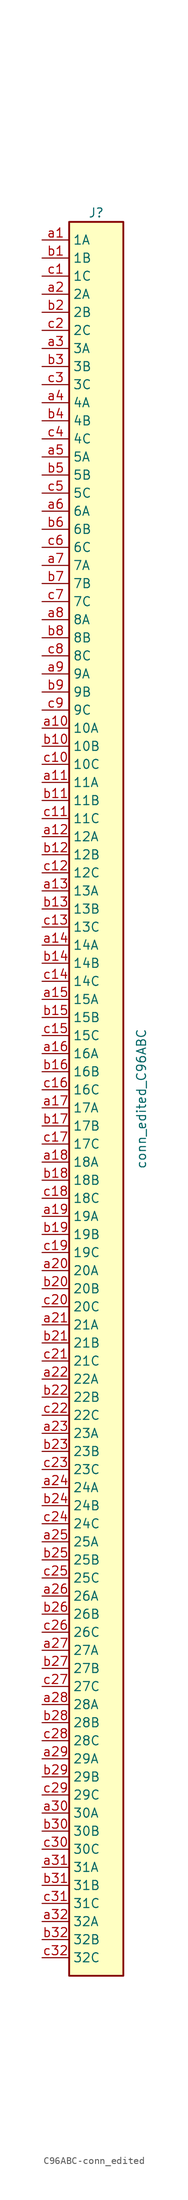
<source format=kicad_sym>
(kicad_symbol_lib
  (version 20220914)
  (generator kicad_symbol_editor)
  (symbol "C96ABC-conn_edited"
    (property "Reference" "J"
      (at 0 125.73 0)
      (effects (font (size 1.27 1.27))))
    (property "Value" "conn_edited_C96ABC"
      (at 6.35 1.27 90)
      (effects (font (size 1.27 1.27))))
    (symbol "C96ABC-conn_edited_0_1"
      (rectangle (start -3.81 -121.92) (end 3.81 124.46) (stroke (width 0.254) (type solid)) (fill (type background))))
    (symbol "C96ABC-conn_edited_1_1"
      (pin passive line (at -7.62 121.92 0) (length 3.81) (name "1A" (effects (font (size 1.27 1.27)))) (number "a1" (effects (font (size 1.27 1.27)))))
      (pin passive line (at -7.62 53.34 0) (length 3.81) (name "10A" (effects (font (size 1.27 1.27)))) (number "a10" (effects (font (size 1.27 1.27)))))
      (pin passive line (at -7.62 45.72 0) (length 3.81) (name "11A" (effects (font (size 1.27 1.27)))) (number "a11" (effects (font (size 1.27 1.27)))))
      (pin passive line (at -7.62 38.1 0) (length 3.81) (name "12A" (effects (font (size 1.27 1.27)))) (number "a12" (effects (font (size 1.27 1.27)))))
      (pin passive line (at -7.62 30.48 0) (length 3.81) (name "13A" (effects (font (size 1.27 1.27)))) (number "a13" (effects (font (size 1.27 1.27)))))
      (pin passive line (at -7.62 22.86 0) (length 3.81) (name "14A" (effects (font (size 1.27 1.27)))) (number "a14" (effects (font (size 1.27 1.27)))))
      (pin passive line (at -7.62 15.24 0) (length 3.81) (name "15A" (effects (font (size 1.27 1.27)))) (number "a15" (effects (font (size 1.27 1.27)))))
      (pin passive line (at -7.62 7.62 0) (length 3.81) (name "16A" (effects (font (size 1.27 1.27)))) (number "a16" (effects (font (size 1.27 1.27)))))
      (pin passive line (at -7.62 0 0) (length 3.81) (name "17A" (effects (font (size 1.27 1.27)))) (number "a17" (effects (font (size 1.27 1.27)))))
      (pin passive line (at -7.62 -7.62 0) (length 3.81) (name "18A" (effects (font (size 1.27 1.27)))) (number "a18" (effects (font (size 1.27 1.27)))))
      (pin passive line (at -7.62 -15.24 0) (length 3.81) (name "19A" (effects (font (size 1.27 1.27)))) (number "a19" (effects (font (size 1.27 1.27)))))
      (pin passive line (at -7.62 114.3 0) (length 3.81) (name "2A" (effects (font (size 1.27 1.27)))) (number "a2" (effects (font (size 1.27 1.27)))))
      (pin passive line (at -7.62 -22.86 0) (length 3.81) (name "20A" (effects (font (size 1.27 1.27)))) (number "a20" (effects (font (size 1.27 1.27)))))
      (pin passive line (at -7.62 -30.48 0) (length 3.81) (name "21A" (effects (font (size 1.27 1.27)))) (number "a21" (effects (font (size 1.27 1.27)))))
      (pin passive line (at -7.62 -38.1 0) (length 3.81) (name "22A" (effects (font (size 1.27 1.27)))) (number "a22" (effects (font (size 1.27 1.27)))))
      (pin passive line (at -7.62 -45.72 0) (length 3.81) (name "23A" (effects (font (size 1.27 1.27)))) (number "a23" (effects (font (size 1.27 1.27)))))
      (pin passive line (at -7.62 -53.34 0) (length 3.81) (name "24A" (effects (font (size 1.27 1.27)))) (number "a24" (effects (font (size 1.27 1.27)))))
      (pin passive line (at -7.62 -60.96 0) (length 3.81) (name "25A" (effects (font (size 1.27 1.27)))) (number "a25" (effects (font (size 1.27 1.27)))))
      (pin passive line (at -7.62 -68.58 0) (length 3.81) (name "26A" (effects (font (size 1.27 1.27)))) (number "a26" (effects (font (size 1.27 1.27)))))
      (pin passive line (at -7.62 -76.2 0) (length 3.81) (name "27A" (effects (font (size 1.27 1.27)))) (number "a27" (effects (font (size 1.27 1.27)))))
      (pin passive line (at -7.62 -83.82 0) (length 3.81) (name "28A" (effects (font (size 1.27 1.27)))) (number "a28" (effects (font (size 1.27 1.27)))))
      (pin passive line (at -7.62 -91.44 0) (length 3.81) (name "29A" (effects (font (size 1.27 1.27)))) (number "a29" (effects (font (size 1.27 1.27)))))
      (pin passive line (at -7.62 106.68 0) (length 3.81) (name "3A" (effects (font (size 1.27 1.27)))) (number "a3" (effects (font (size 1.27 1.27)))))
      (pin passive line (at -7.62 -99.06 0) (length 3.81) (name "30A" (effects (font (size 1.27 1.27)))) (number "a30" (effects (font (size 1.27 1.27)))))
      (pin passive line (at -7.62 -106.68 0) (length 3.81) (name "31A" (effects (font (size 1.27 1.27)))) (number "a31" (effects (font (size 1.27 1.27)))))
      (pin passive line (at -7.62 -114.3 0) (length 3.81) (name "32A" (effects (font (size 1.27 1.27)))) (number "a32" (effects (font (size 1.27 1.27)))))
      (pin passive line (at -7.62 99.06 0) (length 3.81) (name "4A" (effects (font (size 1.27 1.27)))) (number "a4" (effects (font (size 1.27 1.27)))))
      (pin passive line (at -7.62 91.44 0) (length 3.81) (name "5A" (effects (font (size 1.27 1.27)))) (number "a5" (effects (font (size 1.27 1.27)))))
      (pin passive line (at -7.62 83.82 0) (length 3.81) (name "6A" (effects (font (size 1.27 1.27)))) (number "a6" (effects (font (size 1.27 1.27)))))
      (pin passive line (at -7.62 76.2 0) (length 3.81) (name "7A" (effects (font (size 1.27 1.27)))) (number "a7" (effects (font (size 1.27 1.27)))))
      (pin passive line (at -7.62 68.58 0) (length 3.81) (name "8A" (effects (font (size 1.27 1.27)))) (number "a8" (effects (font (size 1.27 1.27)))))
      (pin passive line (at -7.62 60.96 0) (length 3.81) (name "9A" (effects (font (size 1.27 1.27)))) (number "a9" (effects (font (size 1.27 1.27)))))
      (pin passive line (at -7.62 119.38 0) (length 3.81) (name "1B" (effects (font (size 1.27 1.27)))) (number "b1" (effects (font (size 1.27 1.27)))))
      (pin passive line (at -7.62 50.8 0) (length 3.81) (name "10B" (effects (font (size 1.27 1.27)))) (number "b10" (effects (font (size 1.27 1.27)))))
      (pin passive line (at -7.62 43.18 0) (length 3.81) (name "11B" (effects (font (size 1.27 1.27)))) (number "b11" (effects (font (size 1.27 1.27)))))
      (pin passive line (at -7.62 35.56 0) (length 3.81) (name "12B" (effects (font (size 1.27 1.27)))) (number "b12" (effects (font (size 1.27 1.27)))))
      (pin passive line (at -7.62 27.94 0) (length 3.81) (name "13B" (effects (font (size 1.27 1.27)))) (number "b13" (effects (font (size 1.27 1.27)))))
      (pin passive line (at -7.62 20.32 0) (length 3.81) (name "14B" (effects (font (size 1.27 1.27)))) (number "b14" (effects (font (size 1.27 1.27)))))
      (pin passive line (at -7.62 12.7 0) (length 3.81) (name "15B" (effects (font (size 1.27 1.27)))) (number "b15" (effects (font (size 1.27 1.27)))))
      (pin passive line (at -7.62 5.08 0) (length 3.81) (name "16B" (effects (font (size 1.27 1.27)))) (number "b16" (effects (font (size 1.27 1.27)))))
      (pin passive line (at -7.62 -2.54 0) (length 3.81) (name "17B" (effects (font (size 1.27 1.27)))) (number "b17" (effects (font (size 1.27 1.27)))))
      (pin passive line (at -7.62 -10.16 0) (length 3.81) (name "18B" (effects (font (size 1.27 1.27)))) (number "b18" (effects (font (size 1.27 1.27)))))
      (pin passive line (at -7.62 -17.78 0) (length 3.81) (name "19B" (effects (font (size 1.27 1.27)))) (number "b19" (effects (font (size 1.27 1.27)))))
      (pin passive line (at -7.62 111.76 0) (length 3.81) (name "2B" (effects (font (size 1.27 1.27)))) (number "b2" (effects (font (size 1.27 1.27)))))
      (pin passive line (at -7.62 -25.4 0) (length 3.81) (name "20B" (effects (font (size 1.27 1.27)))) (number "b20" (effects (font (size 1.27 1.27)))))
      (pin passive line (at -7.62 -33.02 0) (length 3.81) (name "21B" (effects (font (size 1.27 1.27)))) (number "b21" (effects (font (size 1.27 1.27)))))
      (pin passive line (at -7.62 -40.64 0) (length 3.81) (name "22B" (effects (font (size 1.27 1.27)))) (number "b22" (effects (font (size 1.27 1.27)))))
      (pin passive line (at -7.62 -48.26 0) (length 3.81) (name "23B" (effects (font (size 1.27 1.27)))) (number "b23" (effects (font (size 1.27 1.27)))))
      (pin passive line (at -7.62 -55.88 0) (length 3.81) (name "24B" (effects (font (size 1.27 1.27)))) (number "b24" (effects (font (size 1.27 1.27)))))
      (pin passive line (at -7.62 -63.5 0) (length 3.81) (name "25B" (effects (font (size 1.27 1.27)))) (number "b25" (effects (font (size 1.27 1.27)))))
      (pin passive line (at -7.62 -71.12 0) (length 3.81) (name "26B" (effects (font (size 1.27 1.27)))) (number "b26" (effects (font (size 1.27 1.27)))))
      (pin passive line (at -7.62 -78.74 0) (length 3.81) (name "27B" (effects (font (size 1.27 1.27)))) (number "b27" (effects (font (size 1.27 1.27)))))
      (pin passive line (at -7.62 -86.36 0) (length 3.81) (name "28B" (effects (font (size 1.27 1.27)))) (number "b28" (effects (font (size 1.27 1.27)))))
      (pin passive line (at -7.62 -93.98 0) (length 3.81) (name "29B" (effects (font (size 1.27 1.27)))) (number "b29" (effects (font (size 1.27 1.27)))))
      (pin passive line (at -7.62 104.14 0) (length 3.81) (name "3B" (effects (font (size 1.27 1.27)))) (number "b3" (effects (font (size 1.27 1.27)))))
      (pin passive line (at -7.62 -101.6 0) (length 3.81) (name "30B" (effects (font (size 1.27 1.27)))) (number "b30" (effects (font (size 1.27 1.27)))))
      (pin passive line (at -7.62 -109.22 0) (length 3.81) (name "31B" (effects (font (size 1.27 1.27)))) (number "b31" (effects (font (size 1.27 1.27)))))
      (pin passive line (at -7.62 -116.84 0) (length 3.81) (name "32B" (effects (font (size 1.27 1.27)))) (number "b32" (effects (font (size 1.27 1.27)))))
      (pin passive line (at -7.62 96.52 0) (length 3.81) (name "4B" (effects (font (size 1.27 1.27)))) (number "b4" (effects (font (size 1.27 1.27)))))
      (pin passive line (at -7.62 88.9 0) (length 3.81) (name "5B" (effects (font (size 1.27 1.27)))) (number "b5" (effects (font (size 1.27 1.27)))))
      (pin passive line (at -7.62 81.28 0) (length 3.81) (name "6B" (effects (font (size 1.27 1.27)))) (number "b6" (effects (font (size 1.27 1.27)))))
      (pin passive line (at -7.62 73.66 0) (length 3.81) (name "7B" (effects (font (size 1.27 1.27)))) (number "b7" (effects (font (size 1.27 1.27)))))
      (pin passive line (at -7.62 66.04 0) (length 3.81) (name "8B" (effects (font (size 1.27 1.27)))) (number "b8" (effects (font (size 1.27 1.27)))))
      (pin passive line (at -7.62 58.42 0) (length 3.81) (name "9B" (effects (font (size 1.27 1.27)))) (number "b9" (effects (font (size 1.27 1.27)))))
      (pin passive line (at -7.62 116.84 0) (length 3.81) (name "1C" (effects (font (size 1.27 1.27)))) (number "c1" (effects (font (size 1.27 1.27)))))
      (pin passive line (at -7.62 48.26 0) (length 3.81) (name "10C" (effects (font (size 1.27 1.27)))) (number "c10" (effects (font (size 1.27 1.27)))))
      (pin passive line (at -7.62 40.64 0) (length 3.81) (name "11C" (effects (font (size 1.27 1.27)))) (number "c11" (effects (font (size 1.27 1.27)))))
      (pin passive line (at -7.62 33.02 0) (length 3.81) (name "12C" (effects (font (size 1.27 1.27)))) (number "c12" (effects (font (size 1.27 1.27)))))
      (pin passive line (at -7.62 25.4 0) (length 3.81) (name "13C" (effects (font (size 1.27 1.27)))) (number "c13" (effects (font (size 1.27 1.27)))))
      (pin passive line (at -7.62 17.78 0) (length 3.81) (name "14C" (effects (font (size 1.27 1.27)))) (number "c14" (effects (font (size 1.27 1.27)))))
      (pin passive line (at -7.62 10.16 0) (length 3.81) (name "15C" (effects (font (size 1.27 1.27)))) (number "c15" (effects (font (size 1.27 1.27)))))
      (pin passive line (at -7.62 2.54 0) (length 3.81) (name "16C" (effects (font (size 1.27 1.27)))) (number "c16" (effects (font (size 1.27 1.27)))))
      (pin passive line (at -7.62 -5.08 0) (length 3.81) (name "17C" (effects (font (size 1.27 1.27)))) (number "c17" (effects (font (size 1.27 1.27)))))
      (pin passive line (at -7.62 -12.7 0) (length 3.81) (name "18C" (effects (font (size 1.27 1.27)))) (number "c18" (effects (font (size 1.27 1.27)))))
      (pin passive line (at -7.62 -20.32 0) (length 3.81) (name "19C" (effects (font (size 1.27 1.27)))) (number "c19" (effects (font (size 1.27 1.27)))))
      (pin passive line (at -7.62 109.22 0) (length 3.81) (name "2C" (effects (font (size 1.27 1.27)))) (number "c2" (effects (font (size 1.27 1.27)))))
      (pin passive line (at -7.62 -27.94 0) (length 3.81) (name "20C" (effects (font (size 1.27 1.27)))) (number "c20" (effects (font (size 1.27 1.27)))))
      (pin passive line (at -7.62 -35.56 0) (length 3.81) (name "21C" (effects (font (size 1.27 1.27)))) (number "c21" (effects (font (size 1.27 1.27)))))
      (pin passive line (at -7.62 -43.18 0) (length 3.81) (name "22C" (effects (font (size 1.27 1.27)))) (number "c22" (effects (font (size 1.27 1.27)))))
      (pin passive line (at -7.62 -50.8 0) (length 3.81) (name "23C" (effects (font (size 1.27 1.27)))) (number "c23" (effects (font (size 1.27 1.27)))))
      (pin passive line (at -7.62 -58.42 0) (length 3.81) (name "24C" (effects (font (size 1.27 1.27)))) (number "c24" (effects (font (size 1.27 1.27)))))
      (pin passive line (at -7.62 -66.04 0) (length 3.81) (name "25C" (effects (font (size 1.27 1.27)))) (number "c25" (effects (font (size 1.27 1.27)))))
      (pin passive line (at -7.62 -73.66 0) (length 3.81) (name "26C" (effects (font (size 1.27 1.27)))) (number "c26" (effects (font (size 1.27 1.27)))))
      (pin passive line (at -7.62 -81.28 0) (length 3.81) (name "27C" (effects (font (size 1.27 1.27)))) (number "c27" (effects (font (size 1.27 1.27)))))
      (pin passive line (at -7.62 -88.9 0) (length 3.81) (name "28C" (effects (font (size 1.27 1.27)))) (number "c28" (effects (font (size 1.27 1.27)))))
      (pin passive line (at -7.62 -96.52 0) (length 3.81) (name "29C" (effects (font (size 1.27 1.27)))) (number "c29" (effects (font (size 1.27 1.27)))))
      (pin passive line (at -7.62 101.6 0) (length 3.81) (name "3C" (effects (font (size 1.27 1.27)))) (number "c3" (effects (font (size 1.27 1.27)))))
      (pin passive line (at -7.62 -104.14 0) (length 3.81) (name "30C" (effects (font (size 1.27 1.27)))) (number "c30" (effects (font (size 1.27 1.27)))))
      (pin passive line (at -7.62 -111.76 0) (length 3.81) (name "31C" (effects (font (size 1.27 1.27)))) (number "c31" (effects (font (size 1.27 1.27)))))
      (pin passive line (at -7.62 -119.38 0) (length 3.81) (name "32C" (effects (font (size 1.27 1.27)))) (number "c32" (effects (font (size 1.27 1.27)))))
      (pin passive line (at -7.62 93.98 0) (length 3.81) (name "4C" (effects (font (size 1.27 1.27)))) (number "c4" (effects (font (size 1.27 1.27)))))
      (pin passive line (at -7.62 86.36 0) (length 3.81) (name "5C" (effects (font (size 1.27 1.27)))) (number "c5" (effects (font (size 1.27 1.27)))))
      (pin passive line (at -7.62 78.74 0) (length 3.81) (name "6C" (effects (font (size 1.27 1.27)))) (number "c6" (effects (font (size 1.27 1.27)))))
      (pin passive line (at -7.62 71.12 0) (length 3.81) (name "7C" (effects (font (size 1.27 1.27)))) (number "c7" (effects (font (size 1.27 1.27)))))
      (pin passive line (at -7.62 63.5 0) (length 3.81) (name "8C" (effects (font (size 1.27 1.27)))) (number "c8" (effects (font (size 1.27 1.27)))))
      (pin passive line (at -7.62 55.88 0) (length 3.81) (name "9C" (effects (font (size 1.27 1.27)))) (number "c9" (effects (font (size 1.27 1.27))))))))
</source>
